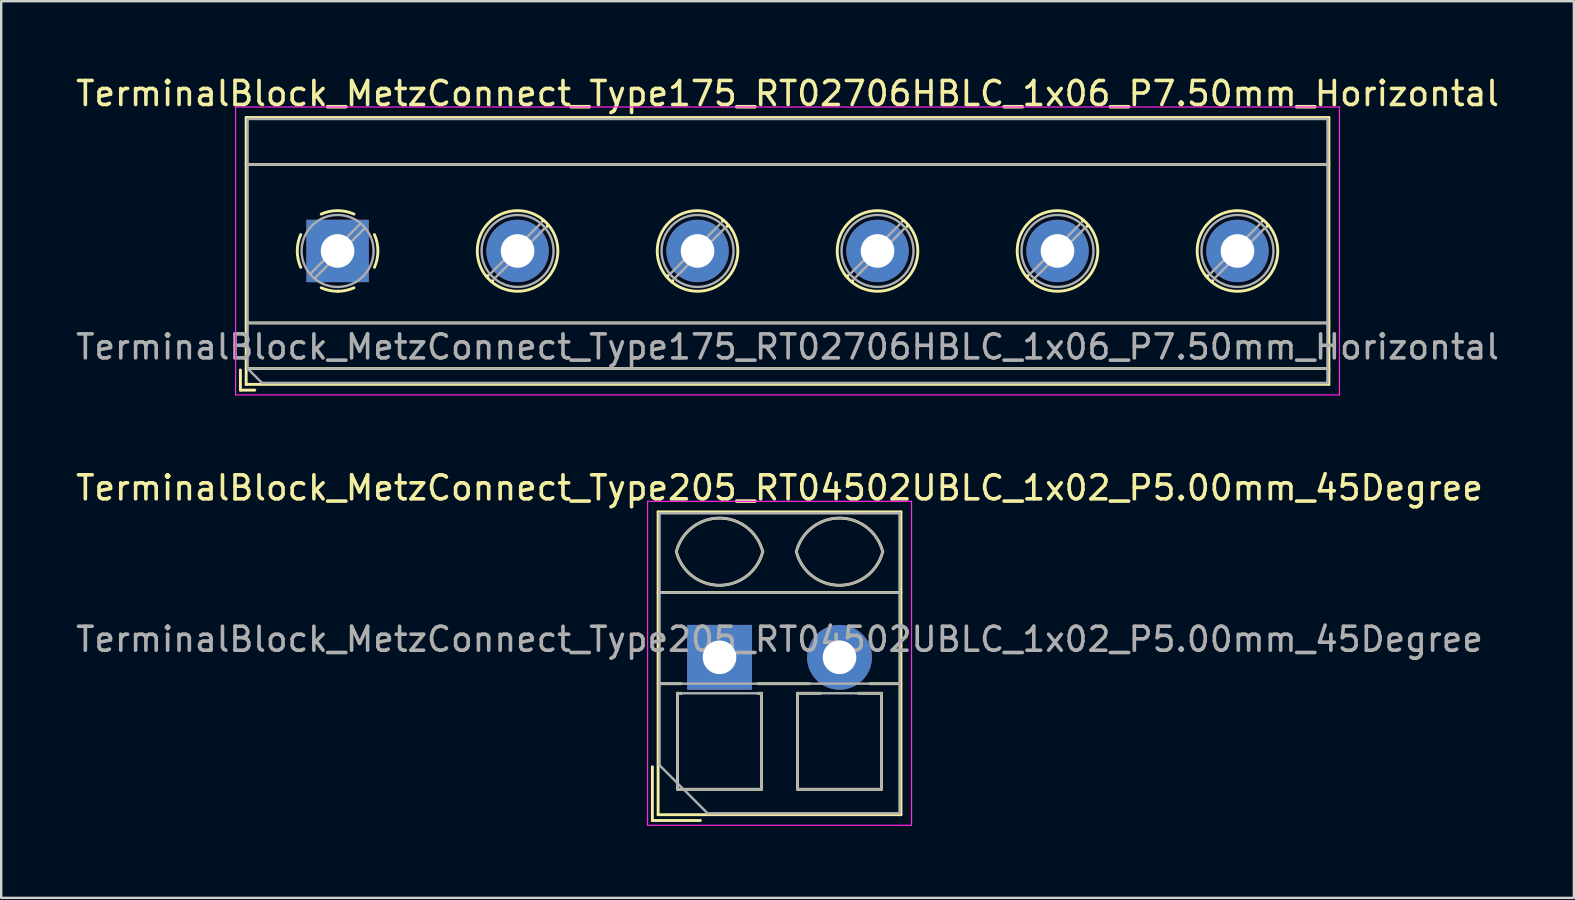
<source format=kicad_pcb>
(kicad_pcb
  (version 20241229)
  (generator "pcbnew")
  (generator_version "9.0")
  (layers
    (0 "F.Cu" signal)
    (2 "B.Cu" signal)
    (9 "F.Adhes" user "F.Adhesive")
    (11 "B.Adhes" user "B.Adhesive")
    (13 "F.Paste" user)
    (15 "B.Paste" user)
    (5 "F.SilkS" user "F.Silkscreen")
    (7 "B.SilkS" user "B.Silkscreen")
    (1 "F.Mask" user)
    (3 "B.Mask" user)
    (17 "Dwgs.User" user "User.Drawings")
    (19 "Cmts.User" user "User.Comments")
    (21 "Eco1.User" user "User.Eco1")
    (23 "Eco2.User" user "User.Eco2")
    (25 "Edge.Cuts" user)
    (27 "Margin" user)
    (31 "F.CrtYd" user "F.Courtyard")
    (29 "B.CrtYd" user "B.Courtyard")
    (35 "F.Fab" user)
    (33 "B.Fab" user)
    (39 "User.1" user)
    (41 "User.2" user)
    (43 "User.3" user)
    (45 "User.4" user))
  (footprint "TerminalBlock_MetzConnect_Type205_RT04502UBLC_1x02_P5.00mm_45Degree"
    (layer "F.Cu")
    (at 26.935 24.341)
    (property "Reference" "TerminalBlock_MetzConnect_Type205_RT04502UBLC_1x02_P5.00mm_45Degree" (at 2.5 -7.06 0) (layer "F.SilkS") (effects (font (size 1 1) (thickness 0.15))))
    (attr through_hole)
    (fp_line (start -2.8 4.56) (end -2.8 6.8) (stroke (width 0.12) (type solid)) (layer "F.SilkS"))
    (fp_line (start -2.8 6.8) (end -0.8 6.8) (stroke (width 0.12) (type solid)) (layer "F.SilkS"))
    (fp_line (start -2.56 -6.06) (end -2.56 6.56) (stroke (width 0.12) (type solid)) (layer "F.SilkS"))
    (fp_line (start -2.56 -6.06) (end 7.56 -6.06) (stroke (width 0.12) (type solid)) (layer "F.SilkS"))
    (fp_line (start -2.56 -2.7) (end 7.56 -2.7) (stroke (width 0.12) (type solid)) (layer "F.SilkS"))
    (fp_line (start -2.56 1.1) (end -1.59 1.1) (stroke (width 0.12) (type solid)) (layer "F.SilkS"))
    (fp_line (start -2.56 6.56) (end 7.56 6.56) (stroke (width 0.12) (type solid)) (layer "F.SilkS"))
    (fp_line (start -1.75 1.5) (end -1.75 5.5) (stroke (width 0.12) (type solid)) (layer "F.SilkS"))
    (fp_line (start -1.75 1.5) (end -1.59 1.5) (stroke (width 0.12) (type solid)) (layer "F.SilkS"))
    (fp_line (start -1.75 5.5) (end 1.75 5.5) (stroke (width 0.12) (type solid)) (layer "F.SilkS"))
    (fp_line (start 1.59 1.1) (end 3.744 1.1) (stroke (width 0.12) (type solid)) (layer "F.SilkS"))
    (fp_line (start 1.59 1.5) (end 1.75 1.5) (stroke (width 0.12) (type solid)) (layer "F.SilkS"))
    (fp_line (start 1.75 1.5) (end 1.75 5.5) (stroke (width 0.12) (type solid)) (layer "F.SilkS"))
    (fp_line (start 3.25 1.5) (end 3.25 5.5) (stroke (width 0.12) (type solid)) (layer "F.SilkS"))
    (fp_line (start 3.25 1.5) (end 4.216 1.5) (stroke (width 0.12) (type solid)) (layer "F.SilkS"))
    (fp_line (start 3.25 5.5) (end 6.75 5.5) (stroke (width 0.12) (type solid)) (layer "F.SilkS"))
    (fp_line (start 5.785 1.5) (end 6.75 1.5) (stroke (width 0.12) (type solid)) (layer "F.SilkS"))
    (fp_line (start 6.257 1.1) (end 7.56 1.1) (stroke (width 0.12) (type solid)) (layer "F.SilkS"))
    (fp_line (start 6.75 1.5) (end 6.75 5.5) (stroke (width 0.12) (type solid)) (layer "F.SilkS"))
    (fp_line (start 7.56 -6.06) (end 7.56 6.56) (stroke (width 0.12) (type solid)) (layer "F.SilkS"))
    (fp_arc (start -1.800846 -4.400605) (mid 0.000312 -5.801077) (end 1.801 -4.4) (stroke (width 0.12) (type solid)) (layer "F.SilkS"))
    (fp_arc (start 1.8 -4.4) (mid -0.000903 -3.000646) (end -1.800445 -4.401751) (stroke (width 0.12) (type solid)) (layer "F.SilkS"))
    (fp_arc (start 3.199154 -4.400605) (mid 5.000312 -5.801077) (end 6.801 -4.4) (stroke (width 0.12) (type solid)) (layer "F.SilkS"))
    (fp_arc (start 6.8 -4.4) (mid 4.999097 -3.000646) (end 3.199555 -4.401751) (stroke (width 0.12) (type solid)) (layer "F.SilkS"))
    (fp_line (start -3 -6.5) (end -3 7) (stroke (width 0.05) (type solid)) (layer "F.CrtYd"))
    (fp_line (start -3 7) (end 8 7) (stroke (width 0.05) (type solid)) (layer "F.CrtYd"))
    (fp_line (start 8 -6.5) (end -3 -6.5) (stroke (width 0.05) (type solid)) (layer "F.CrtYd"))
    (fp_line (start 8 7) (end 8 -6.5) (stroke (width 0.05) (type solid)) (layer "F.CrtYd"))
    (fp_line (start -2.5 -6) (end 7.5 -6) (stroke (width 0.1) (type solid)) (layer "F.Fab"))
    (fp_line (start -2.5 -2.7) (end 7.5 -2.7) (stroke (width 0.1) (type solid)) (layer "F.Fab"))
    (fp_line (start -2.5 1.1) (end 7.5 1.1) (stroke (width 0.1) (type solid)) (layer "F.Fab"))
    (fp_line (start -2.5 4.5) (end -2.5 -6) (stroke (width 0.1) (type solid)) (layer "F.Fab"))
    (fp_line (start -1.75 1.5) (end -1.75 5.5) (stroke (width 0.1) (type solid)) (layer "F.Fab"))
    (fp_line (start -1.75 5.5) (end 1.75 5.5) (stroke (width 0.1) (type solid)) (layer "F.Fab"))
    (fp_line (start -0.5 6.5) (end -2.5 4.5) (stroke (width 0.1) (type solid)) (layer "F.Fab"))
    (fp_line (start 1.75 1.5) (end -1.75 1.5) (stroke (width 0.1) (type solid)) (layer "F.Fab"))
    (fp_line (start 1.75 5.5) (end 1.75 1.5) (stroke (width 0.1) (type solid)) (layer "F.Fab"))
    (fp_line (start 3.25 1.5) (end 3.25 5.5) (stroke (width 0.1) (type solid)) (layer "F.Fab"))
    (fp_line (start 3.25 5.5) (end 6.75 5.5) (stroke (width 0.1) (type solid)) (layer "F.Fab"))
    (fp_line (start 6.75 1.5) (end 3.25 1.5) (stroke (width 0.1) (type solid)) (layer "F.Fab"))
    (fp_line (start 6.75 5.5) (end 6.75 1.5) (stroke (width 0.1) (type solid)) (layer "F.Fab"))
    (fp_line (start 7.5 -6) (end 7.5 6.5) (stroke (width 0.1) (type solid)) (layer "F.Fab"))
    (fp_line (start 7.5 6.5) (end -0.5 6.5) (stroke (width 0.1) (type solid)) (layer "F.Fab"))
    (fp_arc (start -1.800846 -4.400605) (mid 0.000312 -5.801077) (end 1.801 -4.4) (stroke (width 0.1) (type solid)) (layer "F.Fab"))
    (fp_arc (start 1.8 -4.4) (mid -0.000903 -3.000646) (end -1.800445 -4.401751) (stroke (width 0.1) (type solid)) (layer "F.Fab"))
    (fp_arc (start 3.199154 -4.400605) (mid 5.000312 -5.801077) (end 6.801 -4.4) (stroke (width 0.1) (type solid)) (layer "F.Fab"))
    (fp_arc (start 6.8 -4.4) (mid 4.999097 -3.000646) (end 3.199555 -4.401751) (stroke (width 0.1) (type solid)) (layer "F.Fab"))
    (fp_text user "${REFERENCE}" (at 2.5 -0.75 0) (layer "F.Fab") (effects (font (size 1 1) (thickness 0.15))))
    (pad "1" thru_hole rect (at 0 0) (size 2.7 2.7) (drill 1.4) (layers "*.Cu" "*.Mask"))
    (pad "2" thru_hole circle (at 5 0) (size 2.7 2.7) (drill 1.4) (layers "*.Cu" "*.Mask")))
  (footprint "TerminalBlock_MetzConnect_Type175_RT02706HBLC_1x06_P7.50mm_Horizontal"
    (layer "F.Cu")
    (at 11.018 7.408)
    (property "Reference" "TerminalBlock_MetzConnect_Type175_RT02706HBLC_1x06_P7.50mm_Horizontal" (at 18.75 -6.56 0) (layer "F.SilkS") (effects (font (size 1 1) (thickness 0.15))))
    (attr through_hole)
    (fp_line (start -4.05 4.96) (end -4.05 5.8) (stroke (width 0.12) (type solid)) (layer "F.SilkS"))
    (fp_line (start -4.05 5.8) (end -3.45 5.8) (stroke (width 0.12) (type solid)) (layer "F.SilkS"))
    (fp_line (start -3.81 -5.56) (end -3.81 5.56) (stroke (width 0.12) (type solid)) (layer "F.SilkS"))
    (fp_line (start -3.81 -5.56) (end 41.31 -5.56) (stroke (width 0.12) (type solid)) (layer "F.SilkS"))
    (fp_line (start -3.81 -3.6) (end 41.31 -3.6) (stroke (width 0.12) (type solid)) (layer "F.SilkS"))
    (fp_line (start -3.81 3) (end 41.31 3) (stroke (width 0.12) (type solid)) (layer "F.SilkS"))
    (fp_line (start -3.81 4.9) (end 41.31 4.9) (stroke (width 0.12) (type solid)) (layer "F.SilkS"))
    (fp_line (start -3.81 5.56) (end 41.31 5.56) (stroke (width 0.12) (type solid)) (layer "F.SilkS"))
    (fp_line (start 6.273 1.023) (end 6.226 1.069) (stroke (width 0.12) (type solid)) (layer "F.SilkS"))
    (fp_line (start 6.466 1.239) (end 6.431 1.274) (stroke (width 0.12) (type solid)) (layer "F.SilkS"))
    (fp_line (start 8.57 -1.275) (end 8.535 -1.239) (stroke (width 0.12) (type solid)) (layer "F.SilkS"))
    (fp_line (start 8.775 -1.069) (end 8.728 -1.023) (stroke (width 0.12) (type solid)) (layer "F.SilkS"))
    (fp_line (start 13.773 1.023) (end 13.726 1.069) (stroke (width 0.12) (type solid)) (layer "F.SilkS"))
    (fp_line (start 13.966 1.239) (end 13.931 1.274) (stroke (width 0.12) (type solid)) (layer "F.SilkS"))
    (fp_line (start 16.07 -1.275) (end 16.035 -1.239) (stroke (width 0.12) (type solid)) (layer "F.SilkS"))
    (fp_line (start 16.275 -1.069) (end 16.228 -1.023) (stroke (width 0.12) (type solid)) (layer "F.SilkS"))
    (fp_line (start 21.273 1.023) (end 21.226 1.069) (stroke (width 0.12) (type solid)) (layer "F.SilkS"))
    (fp_line (start 21.466 1.239) (end 21.431 1.274) (stroke (width 0.12) (type solid)) (layer "F.SilkS"))
    (fp_line (start 23.57 -1.275) (end 23.535 -1.239) (stroke (width 0.12) (type solid)) (layer "F.SilkS"))
    (fp_line (start 23.775 -1.069) (end 23.728 -1.023) (stroke (width 0.12) (type solid)) (layer "F.SilkS"))
    (fp_line (start 28.773 1.023) (end 28.726 1.069) (stroke (width 0.12) (type solid)) (layer "F.SilkS"))
    (fp_line (start 28.966 1.239) (end 28.931 1.274) (stroke (width 0.12) (type solid)) (layer "F.SilkS"))
    (fp_line (start 31.07 -1.275) (end 31.035 -1.239) (stroke (width 0.12) (type solid)) (layer "F.SilkS"))
    (fp_line (start 31.275 -1.069) (end 31.228 -1.023) (stroke (width 0.12) (type solid)) (layer "F.SilkS"))
    (fp_line (start 36.273 1.023) (end 36.226 1.069) (stroke (width 0.12) (type solid)) (layer "F.SilkS"))
    (fp_line (start 36.466 1.239) (end 36.431 1.274) (stroke (width 0.12) (type solid)) (layer "F.SilkS"))
    (fp_line (start 38.57 -1.275) (end 38.535 -1.239) (stroke (width 0.12) (type solid)) (layer "F.SilkS"))
    (fp_line (start 38.775 -1.069) (end 38.728 -1.023) (stroke (width 0.12) (type solid)) (layer "F.SilkS"))
    (fp_line (start 41.31 -5.56) (end 41.31 5.56) (stroke (width 0.12) (type solid)) (layer "F.SilkS"))
    (fp_arc (start -1.535427 0.683042) (mid -1.680501 -0.000524) (end -1.535 -0.684) (stroke (width 0.12) (type solid)) (layer "F.SilkS"))
    (fp_arc (start -0.683042 -1.535427) (mid 0.000524 -1.680501) (end 0.684 -1.535) (stroke (width 0.12) (type solid)) (layer "F.SilkS"))
    (fp_arc (start 0.028805 1.680253) (mid -0.335551 1.646659) (end -0.684 1.535) (stroke (width 0.12) (type solid)) (layer "F.SilkS"))
    (fp_arc (start 0.683318 1.534756) (mid 0.349292 1.643288) (end 0 1.68) (stroke (width 0.12) (type solid)) (layer "F.SilkS"))
    (fp_arc (start 1.535427 -0.683042) (mid 1.680501 0.000524) (end 1.535 0.684) (stroke (width 0.12) (type solid)) (layer "F.SilkS"))
    (fp_circle (center 7.5 0) (end 9.18 0) (stroke (width 0.12) (type solid)) (fill no) (layer "F.SilkS"))
    (fp_circle (center 15 0) (end 16.68 0) (stroke (width 0.12) (type solid)) (fill no) (layer "F.SilkS"))
    (fp_circle (center 22.5 0) (end 24.18 0) (stroke (width 0.12) (type solid)) (fill no) (layer "F.SilkS"))
    (fp_circle (center 30 0) (end 31.68 0) (stroke (width 0.12) (type solid)) (fill no) (layer "F.SilkS"))
    (fp_circle (center 37.5 0) (end 39.18 0) (stroke (width 0.12) (type solid)) (fill no) (layer "F.SilkS"))
    (fp_line (start -4.25 -6) (end -4.25 6) (stroke (width 0.05) (type solid)) (layer "F.CrtYd"))
    (fp_line (start -4.25 6) (end 41.75 6) (stroke (width 0.05) (type solid)) (layer "F.CrtYd"))
    (fp_line (start 41.75 -6) (end -4.25 -6) (stroke (width 0.05) (type solid)) (layer "F.CrtYd"))
    (fp_line (start 41.75 6) (end 41.75 -6) (stroke (width 0.05) (type solid)) (layer "F.CrtYd"))
    (fp_line (start -3.75 -5.5) (end 41.25 -5.5) (stroke (width 0.1) (type solid)) (layer "F.Fab"))
    (fp_line (start -3.75 -3.6) (end 41.25 -3.6) (stroke (width 0.1) (type solid)) (layer "F.Fab"))
    (fp_line (start -3.75 3) (end 41.25 3) (stroke (width 0.1) (type solid)) (layer "F.Fab"))
    (fp_line (start -3.75 4.9) (end -3.75 -5.5) (stroke (width 0.1) (type solid)) (layer "F.Fab"))
    (fp_line (start -3.75 4.9) (end 41.25 4.9) (stroke (width 0.1) (type solid)) (layer "F.Fab"))
    (fp_line (start -3.15 5.5) (end -3.75 4.9) (stroke (width 0.1) (type solid)) (layer "F.Fab"))
    (fp_line (start 0.955 -1.138) (end -1.138 0.955) (stroke (width 0.1) (type solid)) (layer "F.Fab"))
    (fp_line (start 1.138 -0.955) (end -0.955 1.138) (stroke (width 0.1) (type solid)) (layer "F.Fab"))
    (fp_line (start 8.455 -1.138) (end 6.363 0.955) (stroke (width 0.1) (type solid)) (layer "F.Fab"))
    (fp_line (start 8.638 -0.955) (end 6.546 1.138) (stroke (width 0.1) (type solid)) (layer "F.Fab"))
    (fp_line (start 15.955 -1.138) (end 13.863 0.955) (stroke (width 0.1) (type solid)) (layer "F.Fab"))
    (fp_line (start 16.138 -0.955) (end 14.046 1.138) (stroke (width 0.1) (type solid)) (layer "F.Fab"))
    (fp_line (start 23.455 -1.138) (end 21.363 0.955) (stroke (width 0.1) (type solid)) (layer "F.Fab"))
    (fp_line (start 23.638 -0.955) (end 21.546 1.138) (stroke (width 0.1) (type solid)) (layer "F.Fab"))
    (fp_line (start 30.955 -1.138) (end 28.863 0.955) (stroke (width 0.1) (type solid)) (layer "F.Fab"))
    (fp_line (start 31.138 -0.955) (end 29.046 1.138) (stroke (width 0.1) (type solid)) (layer "F.Fab"))
    (fp_line (start 38.455 -1.138) (end 36.363 0.955) (stroke (width 0.1) (type solid)) (layer "F.Fab"))
    (fp_line (start 38.638 -0.955) (end 36.546 1.138) (stroke (width 0.1) (type solid)) (layer "F.Fab"))
    (fp_line (start 41.25 -5.5) (end 41.25 5.5) (stroke (width 0.1) (type solid)) (layer "F.Fab"))
    (fp_line (start 41.25 5.5) (end -3.15 5.5) (stroke (width 0.1) (type solid)) (layer "F.Fab"))
    (fp_circle (center 0 0) (end 1.5 0) (stroke (width 0.1) (type solid)) (fill no) (layer "F.Fab"))
    (fp_circle (center 7.5 0) (end 9 0) (stroke (width 0.1) (type solid)) (fill no) (layer "F.Fab"))
    (fp_circle (center 15 0) (end 16.5 0) (stroke (width 0.1) (type solid)) (fill no) (layer "F.Fab"))
    (fp_circle (center 22.5 0) (end 24 0) (stroke (width 0.1) (type solid)) (fill no) (layer "F.Fab"))
    (fp_circle (center 30 0) (end 31.5 0) (stroke (width 0.1) (type solid)) (fill no) (layer "F.Fab"))
    (fp_circle (center 37.5 0) (end 39 0) (stroke (width 0.1) (type solid)) (fill no) (layer "F.Fab"))
    (fp_text user "${REFERENCE}" (at 18.75 4 0) (layer "F.Fab") (effects (font (size 1 1) (thickness 0.15))))
    (pad "1" thru_hole rect (at 0 0) (size 2.6 2.6) (drill 1.4) (layers "*.Cu" "*.Mask"))
    (pad "2" thru_hole circle (at 7.5 0) (size 2.6 2.6) (drill 1.4) (layers "*.Cu" "*.Mask"))
    (pad "3" thru_hole circle (at 15 0) (size 2.6 2.6) (drill 1.4) (layers "*.Cu" "*.Mask"))
    (pad "4" thru_hole circle (at 22.5 0) (size 2.6 2.6) (drill 1.4) (layers "*.Cu" "*.Mask"))
    (pad "5" thru_hole circle (at 30 0) (size 2.6 2.6) (drill 1.4) (layers "*.Cu" "*.Mask"))
    (pad "6" thru_hole circle (at 37.5 0) (size 2.6 2.6) (drill 1.4) (layers "*.Cu" "*.Mask")))
  (gr_rect
    (start -3 -3)
    (end 62.536 34.367)
    (stroke (width 0.1) (type default))
    (fill no)
    (layer "Edge.Cuts")))
</source>
